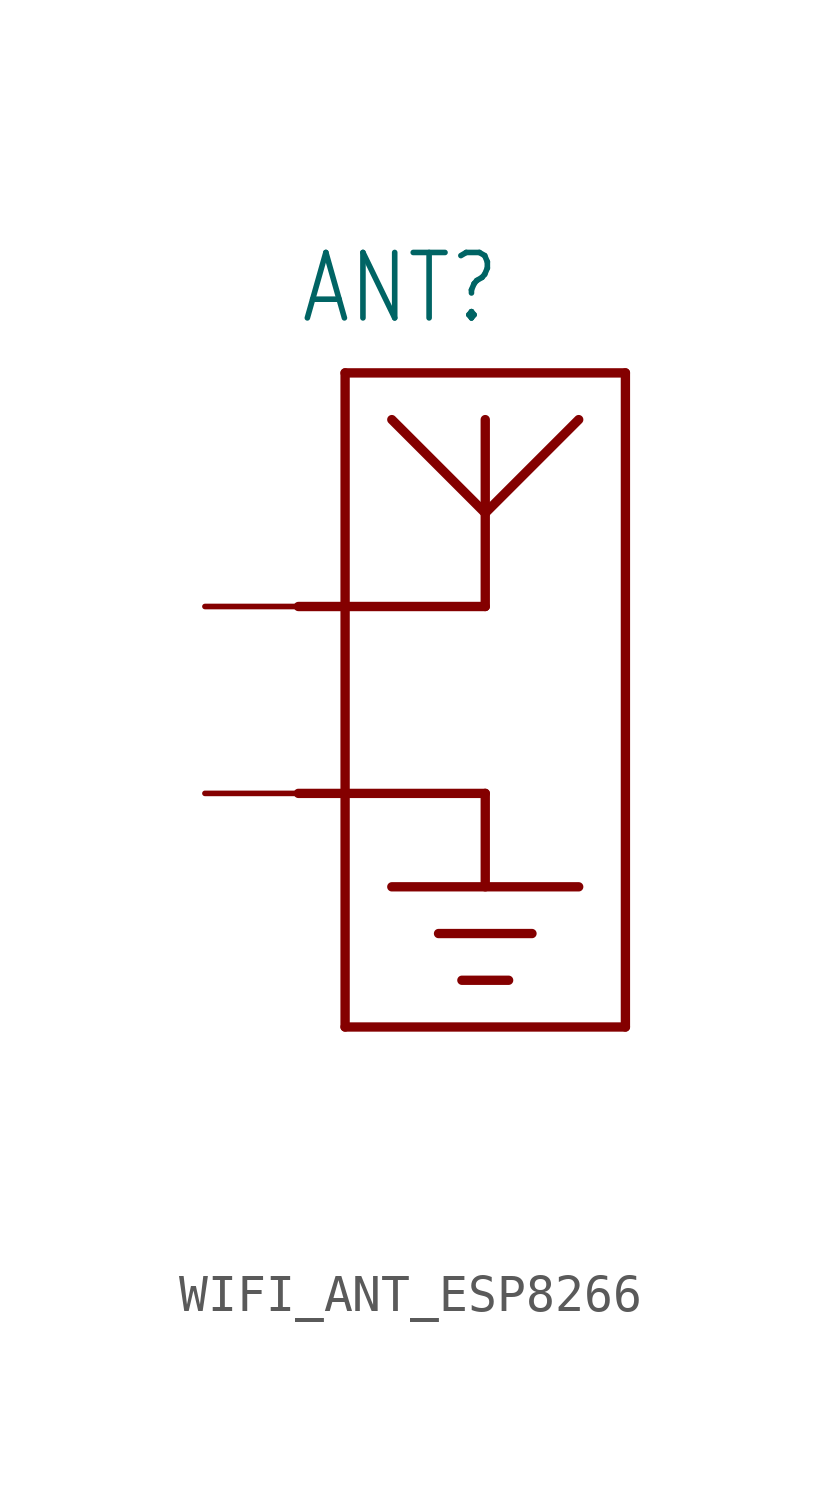
<source format=kicad_sym>
(kicad_symbol_lib
  (version 20231120)
  (generator "kicad_symbol_editor")
  (generator_version "8.99")
  (symbol "WIFI_ANT_ESP8266"
    (property "Reference" "ANT"
      (at -5.08 10.16 0)
      (effects (font (size 1.778 1.511)) (justify left bottom)))
    (property "Value" ""
      (at -5.08 -12.7 0)
      (effects (font (size 1.778 1.511)) (justify left bottom)))
    (property "ki_locked" ""
      (at 0 0 0)
      (effects (font (size 1.27 1.27))))
    (symbol "WIFI_ANT_ESP8266_1_0"
      (polyline (pts (xy -5.08 -2.54) (xy 0 -2.54)) (stroke (width 0.254) (type solid)) (fill (type none)))
      (polyline (pts (xy -3.81 -8.89) (xy 3.81 -8.89)) (stroke (width 0.254) (type solid)) (fill (type none)))
      (polyline (pts (xy -3.81 8.89) (xy -3.81 -8.89)) (stroke (width 0.254) (type solid)) (fill (type none)))
      (polyline (pts (xy -2.54 -5.08) (xy 2.54 -5.08)) (stroke (width 0.254) (type solid)) (fill (type none)))
      (polyline (pts (xy -1.27 -6.35) (xy 1.27 -6.35)) (stroke (width 0.254) (type solid)) (fill (type none)))
      (polyline (pts (xy -0.635 -7.62) (xy 0.635 -7.62)) (stroke (width 0.254) (type solid)) (fill (type none)))
      (polyline (pts (xy 0 -2.54) (xy 0 -5.08)) (stroke (width 0.254) (type solid)) (fill (type none)))
      (polyline (pts (xy 0 2.54) (xy -5.08 2.54)) (stroke (width 0.254) (type solid)) (fill (type none)))
      (polyline (pts (xy 0 5.08) (xy -2.54 7.62)) (stroke (width 0.254) (type solid)) (fill (type none)))
      (polyline (pts (xy 0 5.08) (xy 0 2.54)) (stroke (width 0.254) (type solid)) (fill (type none)))
      (polyline (pts (xy 0 5.08) (xy 0 7.62)) (stroke (width 0.254) (type solid)) (fill (type none)))
      (polyline (pts (xy 0 5.08) (xy 2.54 7.62)) (stroke (width 0.254) (type solid)) (fill (type none)))
      (polyline (pts (xy 3.81 -8.89) (xy 3.81 8.89)) (stroke (width 0.254) (type solid)) (fill (type none)))
      (polyline (pts (xy 3.81 8.89) (xy -3.81 8.89)) (stroke (width 0.254) (type solid)) (fill (type none)))
      (pin input line (at -7.62 2.54 0) (length 2.54) (name "ANT" (effects (font (size 0 0)))) (number "ANT" (effects (font (size 0 0)))))
      (pin input line (at -7.62 -2.54 0) (length 2.54) (name "GND" (effects (font (size 0 0)))) (number "GND" (effects (font (size 0 0))))))))
</source>
